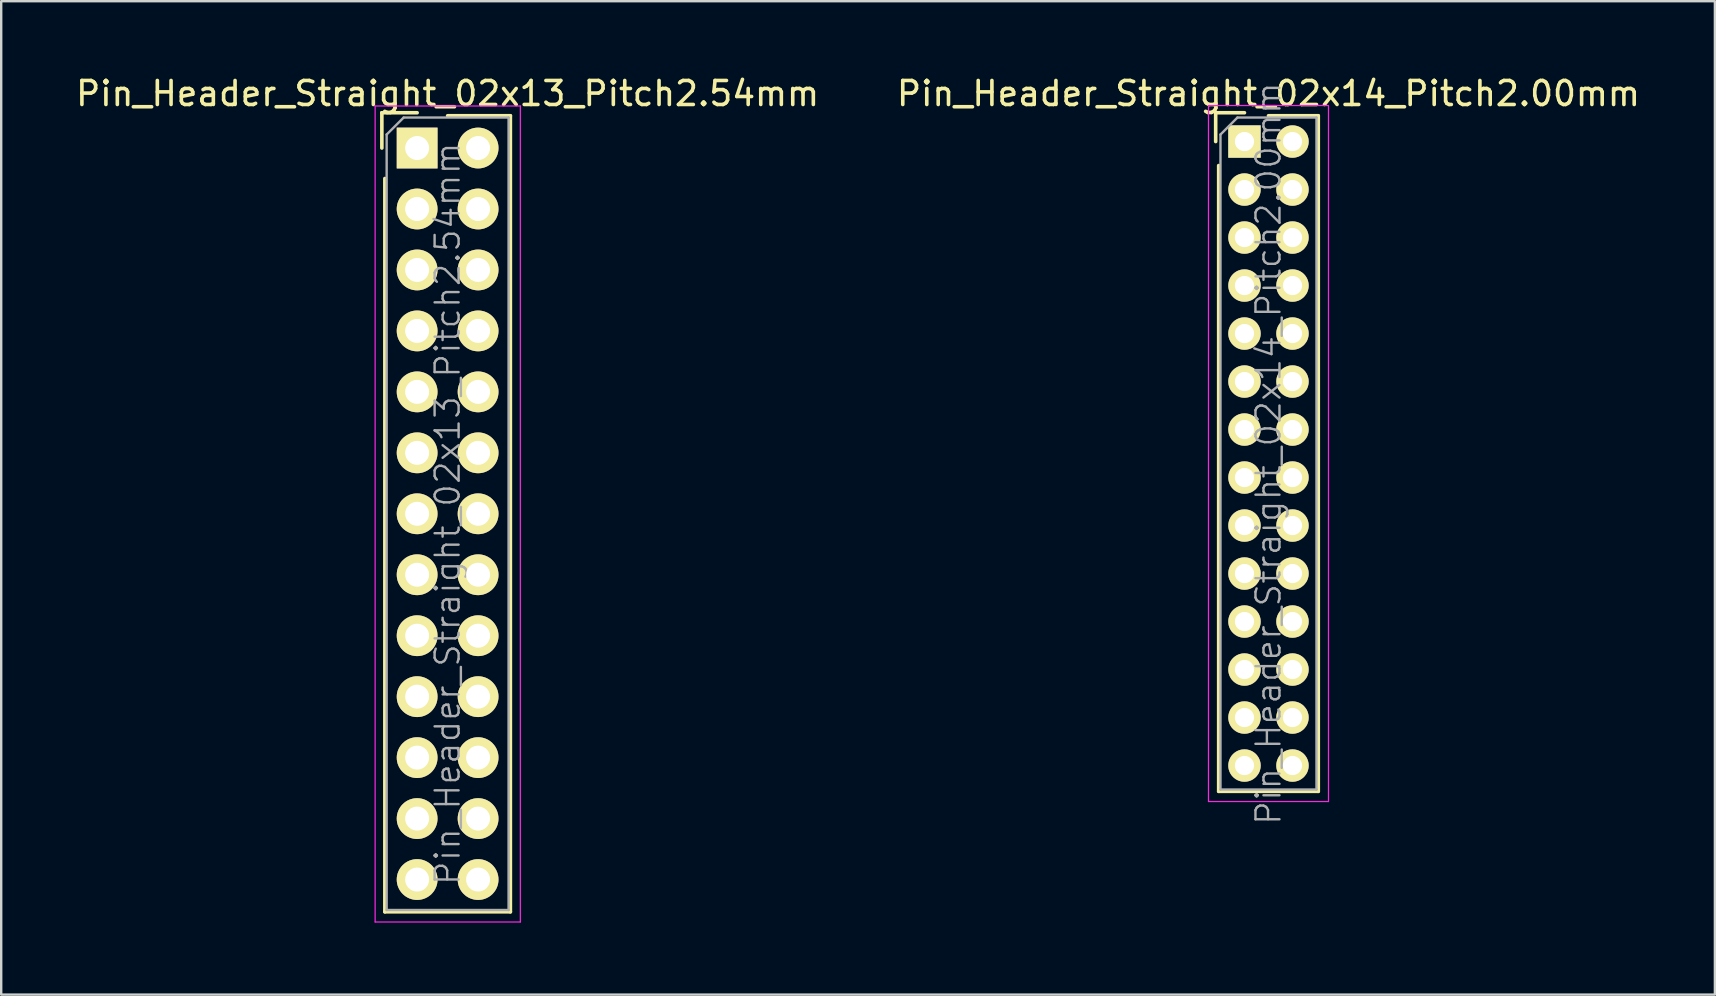
<source format=kicad_pcb>
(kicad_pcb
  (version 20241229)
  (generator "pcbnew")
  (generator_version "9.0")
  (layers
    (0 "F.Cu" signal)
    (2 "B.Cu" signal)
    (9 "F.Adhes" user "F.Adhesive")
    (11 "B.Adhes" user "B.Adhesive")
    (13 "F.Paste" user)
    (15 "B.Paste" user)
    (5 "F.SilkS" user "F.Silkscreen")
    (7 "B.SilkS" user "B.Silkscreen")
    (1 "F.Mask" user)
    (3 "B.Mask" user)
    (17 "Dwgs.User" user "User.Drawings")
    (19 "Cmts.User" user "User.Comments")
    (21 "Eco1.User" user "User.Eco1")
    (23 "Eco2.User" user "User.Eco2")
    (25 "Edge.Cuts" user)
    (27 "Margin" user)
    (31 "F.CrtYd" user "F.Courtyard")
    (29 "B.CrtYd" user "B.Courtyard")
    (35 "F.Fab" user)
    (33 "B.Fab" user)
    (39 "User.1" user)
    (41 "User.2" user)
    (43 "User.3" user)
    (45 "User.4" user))
  (footprint "Pin_Header_Straight_02x14_Pitch2.00mm"
    (layer "F.Cu")
    (at 48.804 2.848)
    (property "Reference" "Pin_Header_Straight_02x14_Pitch2.00mm" (at 1 -2 0) (layer "F.SilkS") (effects (font (size 1 1) (thickness 0.15))))
    (attr smd)
    (fp_line (start -1.2 -1.2) (end -1.2 0) (stroke (width 0.15) (type solid)) (layer "F.SilkS"))
    (fp_line (start -1.2 -1.2) (end 0 -1.2) (stroke (width 0.15) (type solid)) (layer "F.SilkS"))
    (fp_line (start -1.075 1) (end -1.075 27.075) (stroke (width 0.15) (type solid)) (layer "F.SilkS"))
    (fp_line (start -1.075 27.075) (end 3.075 27.075) (stroke (width 0.15) (type solid)) (layer "F.SilkS"))
    (fp_line (start 1 -1.075) (end 3.075 -1.075) (stroke (width 0.15) (type solid)) (layer "F.SilkS"))
    (fp_line (start 3.075 -1.075) (end 3.075 27.075) (stroke (width 0.15) (type solid)) (layer "F.SilkS"))
    (fp_line (start -1.5 -1.5) (end -1.5 27.5) (stroke (width 0.05) (type solid)) (layer "F.CrtYd"))
    (fp_line (start 3.5 -1.5) (end -1.5 -1.5) (stroke (width 0.05) (type solid)) (layer "F.CrtYd"))
    (fp_line (start 3.5 -1.5) (end 3.5 27.5) (stroke (width 0.05) (type solid)) (layer "F.CrtYd"))
    (fp_line (start 3.5 27.5) (end -1.5 27.5) (stroke (width 0.05) (type solid)) (layer "F.CrtYd"))
    (fp_line (start -1 -0.293) (end -0.293 -1) (stroke (width 0.1) (type solid)) (layer "F.Fab"))
    (fp_line (start -1 27) (end -1 -0.293) (stroke (width 0.1) (type solid)) (layer "F.Fab"))
    (fp_line (start 3 -1) (end -0.293 -1) (stroke (width 0.1) (type solid)) (layer "F.Fab"))
    (fp_line (start 3 27) (end -1 27) (stroke (width 0.1) (type solid)) (layer "F.Fab"))
    (fp_line (start 3 27) (end 3 -1) (stroke (width 0.1) (type solid)) (layer "F.Fab"))
    (fp_text user "${REFERENCE}" (at 1 13 90) (layer "F.Fab") (effects (font (size 1 1) (thickness 0.1))))
    (pad "1" thru_hole rect (at 0 0) (size 1.35 1.35) (drill 0.8) (layers "*.Cu" "*.Mask" "F.SilkS"))
    (pad "2" thru_hole oval (at 2 0) (size 1.35 1.35) (drill 0.8) (layers "*.Cu" "*.Mask" "F.SilkS"))
    (pad "3" thru_hole oval (at 0 2) (size 1.35 1.35) (drill 0.8) (layers "*.Cu" "*.Mask" "F.SilkS"))
    (pad "4" thru_hole oval (at 2 2) (size 1.35 1.35) (drill 0.8) (layers "*.Cu" "*.Mask" "F.SilkS"))
    (pad "5" thru_hole oval (at 0 4) (size 1.35 1.35) (drill 0.8) (layers "*.Cu" "*.Mask" "F.SilkS"))
    (pad "6" thru_hole oval (at 2 4) (size 1.35 1.35) (drill 0.8) (layers "*.Cu" "*.Mask" "F.SilkS"))
    (pad "7" thru_hole oval (at 0 6) (size 1.35 1.35) (drill 0.8) (layers "*.Cu" "*.Mask" "F.SilkS"))
    (pad "8" thru_hole oval (at 2 6) (size 1.35 1.35) (drill 0.8) (layers "*.Cu" "*.Mask" "F.SilkS"))
    (pad "9" thru_hole oval (at 0 8) (size 1.35 1.35) (drill 0.8) (layers "*.Cu" "*.Mask" "F.SilkS"))
    (pad "10" thru_hole oval (at 2 8) (size 1.35 1.35) (drill 0.8) (layers "*.Cu" "*.Mask" "F.SilkS"))
    (pad "11" thru_hole oval (at 0 10) (size 1.35 1.35) (drill 0.8) (layers "*.Cu" "*.Mask" "F.SilkS"))
    (pad "12" thru_hole oval (at 2 10) (size 1.35 1.35) (drill 0.8) (layers "*.Cu" "*.Mask" "F.SilkS"))
    (pad "13" thru_hole oval (at 0 12) (size 1.35 1.35) (drill 0.8) (layers "*.Cu" "*.Mask" "F.SilkS"))
    (pad "14" thru_hole oval (at 2 12) (size 1.35 1.35) (drill 0.8) (layers "*.Cu" "*.Mask" "F.SilkS"))
    (pad "15" thru_hole oval (at 0 14) (size 1.35 1.35) (drill 0.8) (layers "*.Cu" "*.Mask" "F.SilkS"))
    (pad "16" thru_hole oval (at 2 14) (size 1.35 1.35) (drill 0.8) (layers "*.Cu" "*.Mask" "F.SilkS"))
    (pad "17" thru_hole oval (at 0 16) (size 1.35 1.35) (drill 0.8) (layers "*.Cu" "*.Mask" "F.SilkS"))
    (pad "18" thru_hole oval (at 2 16) (size 1.35 1.35) (drill 0.8) (layers "*.Cu" "*.Mask" "F.SilkS"))
    (pad "19" thru_hole oval (at 0 18) (size 1.35 1.35) (drill 0.8) (layers "*.Cu" "*.Mask" "F.SilkS"))
    (pad "20" thru_hole oval (at 2 18) (size 1.35 1.35) (drill 0.8) (layers "*.Cu" "*.Mask" "F.SilkS"))
    (pad "21" thru_hole oval (at 0 20) (size 1.35 1.35) (drill 0.8) (layers "*.Cu" "*.Mask" "F.SilkS"))
    (pad "22" thru_hole oval (at 2 20) (size 1.35 1.35) (drill 0.8) (layers "*.Cu" "*.Mask" "F.SilkS"))
    (pad "23" thru_hole oval (at 0 22) (size 1.35 1.35) (drill 0.8) (layers "*.Cu" "*.Mask" "F.SilkS"))
    (pad "24" thru_hole oval (at 2 22) (size 1.35 1.35) (drill 0.8) (layers "*.Cu" "*.Mask" "F.SilkS"))
    (pad "25" thru_hole oval (at 0 24) (size 1.35 1.35) (drill 0.8) (layers "*.Cu" "*.Mask" "F.SilkS"))
    (pad "26" thru_hole oval (at 2 24) (size 1.35 1.35) (drill 0.8) (layers "*.Cu" "*.Mask" "F.SilkS"))
    (pad "27" thru_hole oval (at 0 26) (size 1.35 1.35) (drill 0.8) (layers "*.Cu" "*.Mask" "F.SilkS"))
    (pad "28" thru_hole oval (at 2 26) (size 1.35 1.35) (drill 0.8) (layers "*.Cu" "*.Mask" "F.SilkS")))
  (footprint "Pin_Header_Straight_02x13_Pitch2.54mm"
    (layer "F.Cu")
    (at 14.331 3.118)
    (property "Reference" "Pin_Header_Straight_02x13_Pitch2.54mm" (at 1.27 -2.27 0) (layer "F.SilkS") (effects (font (size 1 1) (thickness 0.15))))
    (attr smd)
    (fp_line (start -1.47 -1.47) (end -1.47 0) (stroke (width 0.15) (type solid)) (layer "F.SilkS"))
    (fp_line (start -1.47 -1.47) (end 0 -1.47) (stroke (width 0.15) (type solid)) (layer "F.SilkS"))
    (fp_line (start -1.345 1.27) (end -1.345 31.825) (stroke (width 0.15) (type solid)) (layer "F.SilkS"))
    (fp_line (start -1.345 31.825) (end 3.885 31.825) (stroke (width 0.15) (type solid)) (layer "F.SilkS"))
    (fp_line (start 1.27 -1.345) (end 3.885 -1.345) (stroke (width 0.15) (type solid)) (layer "F.SilkS"))
    (fp_line (start 3.885 -1.345) (end 3.885 31.825) (stroke (width 0.15) (type solid)) (layer "F.SilkS"))
    (fp_line (start -1.75 -1.75) (end -1.75 32.25) (stroke (width 0.05) (type solid)) (layer "F.CrtYd"))
    (fp_line (start 4.3 -1.75) (end -1.75 -1.75) (stroke (width 0.05) (type solid)) (layer "F.CrtYd"))
    (fp_line (start 4.3 -1.75) (end 4.3 32.25) (stroke (width 0.05) (type solid)) (layer "F.CrtYd"))
    (fp_line (start 4.3 32.25) (end -1.75 32.25) (stroke (width 0.05) (type solid)) (layer "F.CrtYd"))
    (fp_line (start -1.27 -0.563) (end -0.563 -1.27) (stroke (width 0.1) (type solid)) (layer "F.Fab"))
    (fp_line (start -1.27 31.75) (end -1.27 -0.563) (stroke (width 0.1) (type solid)) (layer "F.Fab"))
    (fp_line (start 3.81 -1.27) (end -0.563 -1.27) (stroke (width 0.1) (type solid)) (layer "F.Fab"))
    (fp_line (start 3.81 31.75) (end -1.27 31.75) (stroke (width 0.1) (type solid)) (layer "F.Fab"))
    (fp_line (start 3.81 31.75) (end 3.81 -1.27) (stroke (width 0.1) (type solid)) (layer "F.Fab"))
    (fp_text user "${REFERENCE}" (at 1.27 15.24 90) (layer "F.Fab") (effects (font (size 1 1) (thickness 0.1))))
    (pad "1" thru_hole rect (at 0 0) (size 1.7 1.7) (drill 1) (layers "*.Cu" "*.Mask" "F.SilkS"))
    (pad "2" thru_hole oval (at 2.54 0) (size 1.7 1.7) (drill 1) (layers "*.Cu" "*.Mask" "F.SilkS"))
    (pad "3" thru_hole oval (at 0 2.54) (size 1.7 1.7) (drill 1) (layers "*.Cu" "*.Mask" "F.SilkS"))
    (pad "4" thru_hole oval (at 2.54 2.54) (size 1.7 1.7) (drill 1) (layers "*.Cu" "*.Mask" "F.SilkS"))
    (pad "5" thru_hole oval (at 0 5.08) (size 1.7 1.7) (drill 1) (layers "*.Cu" "*.Mask" "F.SilkS"))
    (pad "6" thru_hole oval (at 2.54 5.08) (size 1.7 1.7) (drill 1) (layers "*.Cu" "*.Mask" "F.SilkS"))
    (pad "7" thru_hole oval (at 0 7.62) (size 1.7 1.7) (drill 1) (layers "*.Cu" "*.Mask" "F.SilkS"))
    (pad "8" thru_hole oval (at 2.54 7.62) (size 1.7 1.7) (drill 1) (layers "*.Cu" "*.Mask" "F.SilkS"))
    (pad "9" thru_hole oval (at 0 10.16) (size 1.7 1.7) (drill 1) (layers "*.Cu" "*.Mask" "F.SilkS"))
    (pad "10" thru_hole oval (at 2.54 10.16) (size 1.7 1.7) (drill 1) (layers "*.Cu" "*.Mask" "F.SilkS"))
    (pad "11" thru_hole oval (at 0 12.7) (size 1.7 1.7) (drill 1) (layers "*.Cu" "*.Mask" "F.SilkS"))
    (pad "12" thru_hole oval (at 2.54 12.7) (size 1.7 1.7) (drill 1) (layers "*.Cu" "*.Mask" "F.SilkS"))
    (pad "13" thru_hole oval (at 0 15.24) (size 1.7 1.7) (drill 1) (layers "*.Cu" "*.Mask" "F.SilkS"))
    (pad "14" thru_hole oval (at 2.54 15.24) (size 1.7 1.7) (drill 1) (layers "*.Cu" "*.Mask" "F.SilkS"))
    (pad "15" thru_hole oval (at 0 17.78) (size 1.7 1.7) (drill 1) (layers "*.Cu" "*.Mask" "F.SilkS"))
    (pad "16" thru_hole oval (at 2.54 17.78) (size 1.7 1.7) (drill 1) (layers "*.Cu" "*.Mask" "F.SilkS"))
    (pad "17" thru_hole oval (at 0 20.32) (size 1.7 1.7) (drill 1) (layers "*.Cu" "*.Mask" "F.SilkS"))
    (pad "18" thru_hole oval (at 2.54 20.32) (size 1.7 1.7) (drill 1) (layers "*.Cu" "*.Mask" "F.SilkS"))
    (pad "19" thru_hole oval (at 0 22.86) (size 1.7 1.7) (drill 1) (layers "*.Cu" "*.Mask" "F.SilkS"))
    (pad "20" thru_hole oval (at 2.54 22.86) (size 1.7 1.7) (drill 1) (layers "*.Cu" "*.Mask" "F.SilkS"))
    (pad "21" thru_hole oval (at 0 25.4) (size 1.7 1.7) (drill 1) (layers "*.Cu" "*.Mask" "F.SilkS"))
    (pad "22" thru_hole oval (at 2.54 25.4) (size 1.7 1.7) (drill 1) (layers "*.Cu" "*.Mask" "F.SilkS"))
    (pad "23" thru_hole oval (at 0 27.94) (size 1.7 1.7) (drill 1) (layers "*.Cu" "*.Mask" "F.SilkS"))
    (pad "24" thru_hole oval (at 2.54 27.94) (size 1.7 1.7) (drill 1) (layers "*.Cu" "*.Mask" "F.SilkS"))
    (pad "25" thru_hole oval (at 0 30.48) (size 1.7 1.7) (drill 1) (layers "*.Cu" "*.Mask" "F.SilkS"))
    (pad "26" thru_hole oval (at 2.54 30.48) (size 1.7 1.7) (drill 1) (layers "*.Cu" "*.Mask" "F.SilkS")))
  (gr_rect
    (start -3 -3)
    (end 68.405 38.393)
    (stroke (width 0.1) (type default))
    (fill no)
    (layer "Edge.Cuts")))
</source>
